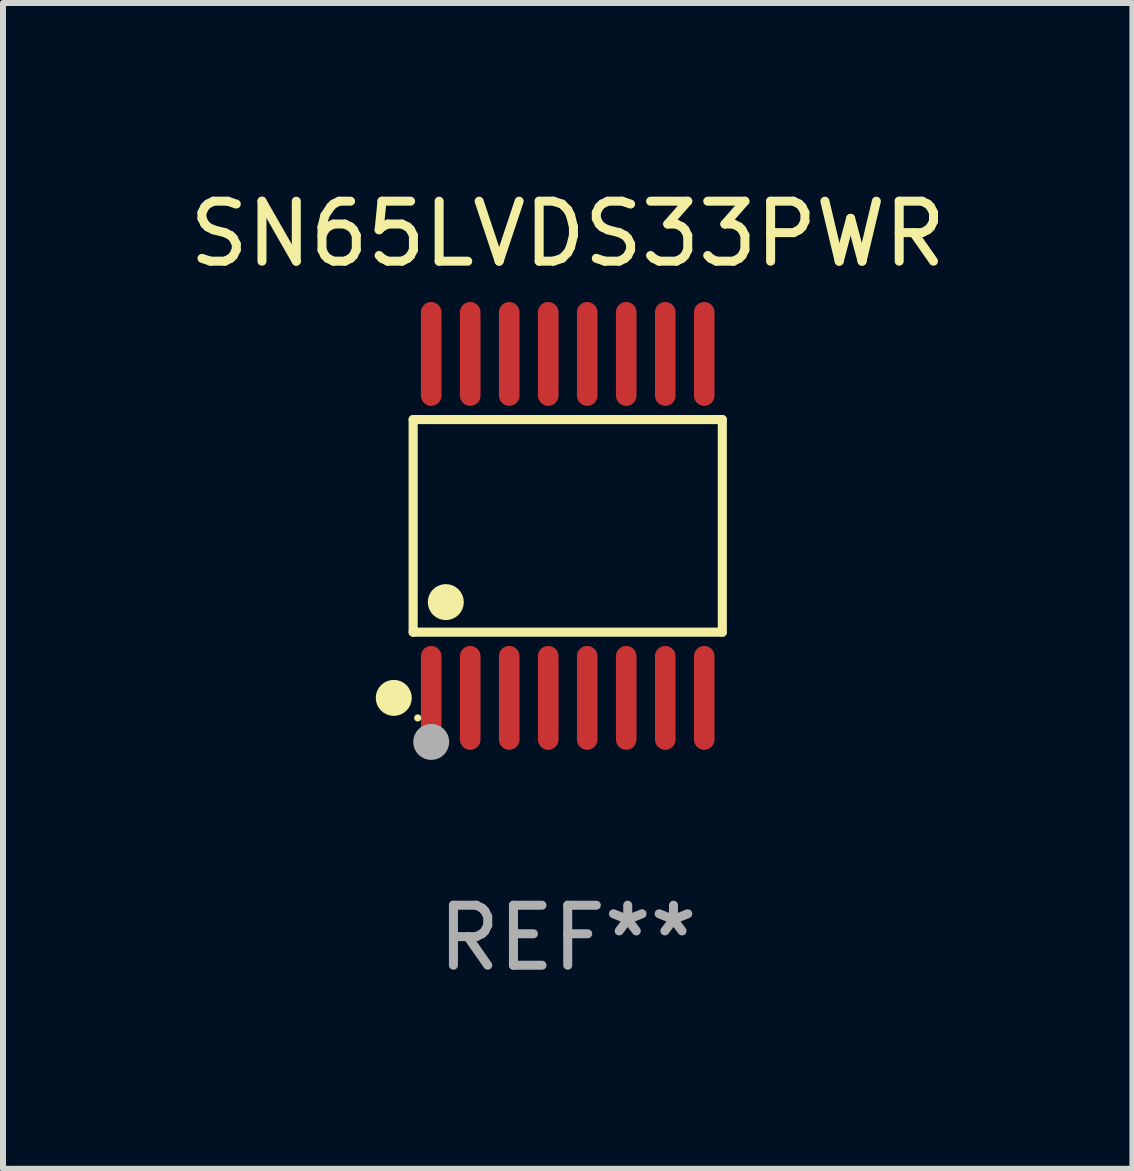
<source format=kicad_pcb>
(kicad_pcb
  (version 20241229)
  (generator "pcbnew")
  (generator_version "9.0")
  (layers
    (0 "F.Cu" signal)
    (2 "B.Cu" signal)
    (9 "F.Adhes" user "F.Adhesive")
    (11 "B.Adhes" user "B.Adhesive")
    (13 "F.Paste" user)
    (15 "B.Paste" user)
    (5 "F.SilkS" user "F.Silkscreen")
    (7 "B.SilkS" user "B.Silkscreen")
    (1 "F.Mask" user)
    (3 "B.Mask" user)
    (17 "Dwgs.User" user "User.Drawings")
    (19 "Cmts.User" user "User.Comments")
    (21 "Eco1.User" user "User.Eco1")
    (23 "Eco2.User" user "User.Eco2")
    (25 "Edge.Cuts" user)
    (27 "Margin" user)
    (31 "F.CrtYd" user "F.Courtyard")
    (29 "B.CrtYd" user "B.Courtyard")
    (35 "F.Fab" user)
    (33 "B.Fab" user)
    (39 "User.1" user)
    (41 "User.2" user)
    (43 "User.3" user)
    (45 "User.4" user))
  (footprint "SN65LVDS33PWR"
    (layer "F.Cu")
    (at 6.411 5.714)
    (property "Reference" "SN65LVDS33PWR" (at 0 -4.866 0) (layer "F.SilkS") (effects (font (size 1 1) (thickness 0.15))))
    (attr through_hole)
    (fp_line (start -2.576 -1.772) (end 2.576 -1.772) (stroke (width 0.152) (type solid)) (layer "F.SilkS"))
    (fp_line (start -2.576 1.771) (end -2.576 -1.772) (stroke (width 0.152) (type solid)) (layer "F.SilkS"))
    (fp_line (start 2.576 -1.772) (end 2.576 1.771) (stroke (width 0.152) (type solid)) (layer "F.SilkS"))
    (fp_line (start 2.576 1.771) (end -2.576 1.771) (stroke (width 0.152) (type solid)) (layer "F.SilkS"))
    (fp_circle (center -2.899 2.866) (end -2.749 2.866) (stroke (width 0.3) (type solid)) (fill no) (layer "F.SilkS"))
    (fp_circle (center -2.5 3.2) (end -2.47 3.2) (stroke (width 0.06) (type solid)) (fill no) (layer "F.SilkS"))
    (fp_circle (center -2.032 1.27) (end -1.882 1.27) (stroke (width 0.3) (type solid)) (fill no) (layer "F.SilkS"))
    (fp_circle (center -2.275 3.6) (end -2.125 3.6) (stroke (width 0.3) (type solid)) (fill no) (layer "F.Fab"))
    (fp_text user "REF**" (at 0 6.866 0) (layer "F.Fab") (effects (font (size 1 1) (thickness 0.15))))
    (pad "1" smd oval (at -2.275 2.866) (size 0.343 1.731) (layers "F.Cu" "F.Mask" "F.Paste"))
    (pad "2" smd oval (at -1.625 2.866) (size 0.343 1.731) (layers "F.Cu" "F.Mask" "F.Paste"))
    (pad "3" smd oval (at -0.975 2.866) (size 0.343 1.731) (layers "F.Cu" "F.Mask" "F.Paste"))
    (pad "4" smd oval (at -0.325 2.866) (size 0.343 1.731) (layers "F.Cu" "F.Mask" "F.Paste"))
    (pad "5" smd oval (at 0.325 2.866) (size 0.343 1.731) (layers "F.Cu" "F.Mask" "F.Paste"))
    (pad "6" smd oval (at 0.975 2.866) (size 0.343 1.731) (layers "F.Cu" "F.Mask" "F.Paste"))
    (pad "7" smd oval (at 1.625 2.866) (size 0.343 1.731) (layers "F.Cu" "F.Mask" "F.Paste"))
    (pad "8" smd oval (at 2.275 2.866) (size 0.343 1.731) (layers "F.Cu" "F.Mask" "F.Paste"))
    (pad "9" smd oval (at 2.275 -2.866) (size 0.343 1.731) (layers "F.Cu" "F.Mask" "F.Paste"))
    (pad "10" smd oval (at 1.625 -2.866) (size 0.343 1.731) (layers "F.Cu" "F.Mask" "F.Paste"))
    (pad "11" smd oval (at 0.975 -2.866) (size 0.343 1.731) (layers "F.Cu" "F.Mask" "F.Paste"))
    (pad "12" smd oval (at 0.325 -2.866) (size 0.343 1.731) (layers "F.Cu" "F.Mask" "F.Paste"))
    (pad "13" smd oval (at -0.325 -2.866) (size 0.343 1.731) (layers "F.Cu" "F.Mask" "F.Paste"))
    (pad "14" smd oval (at -0.975 -2.866) (size 0.343 1.731) (layers "F.Cu" "F.Mask" "F.Paste"))
    (pad "15" smd oval (at -1.625 -2.866) (size 0.343 1.731) (layers "F.Cu" "F.Mask" "F.Paste"))
    (pad "16" smd oval (at -2.275 -2.866) (size 0.343 1.731) (layers "F.Cu" "F.Mask" "F.Paste")))
  (gr_rect
    (start -3 -3)
    (end 15.821 16.428)
    (stroke (width 0.1) (type default))
    (fill no)
    (layer "Edge.Cuts")))
</source>
